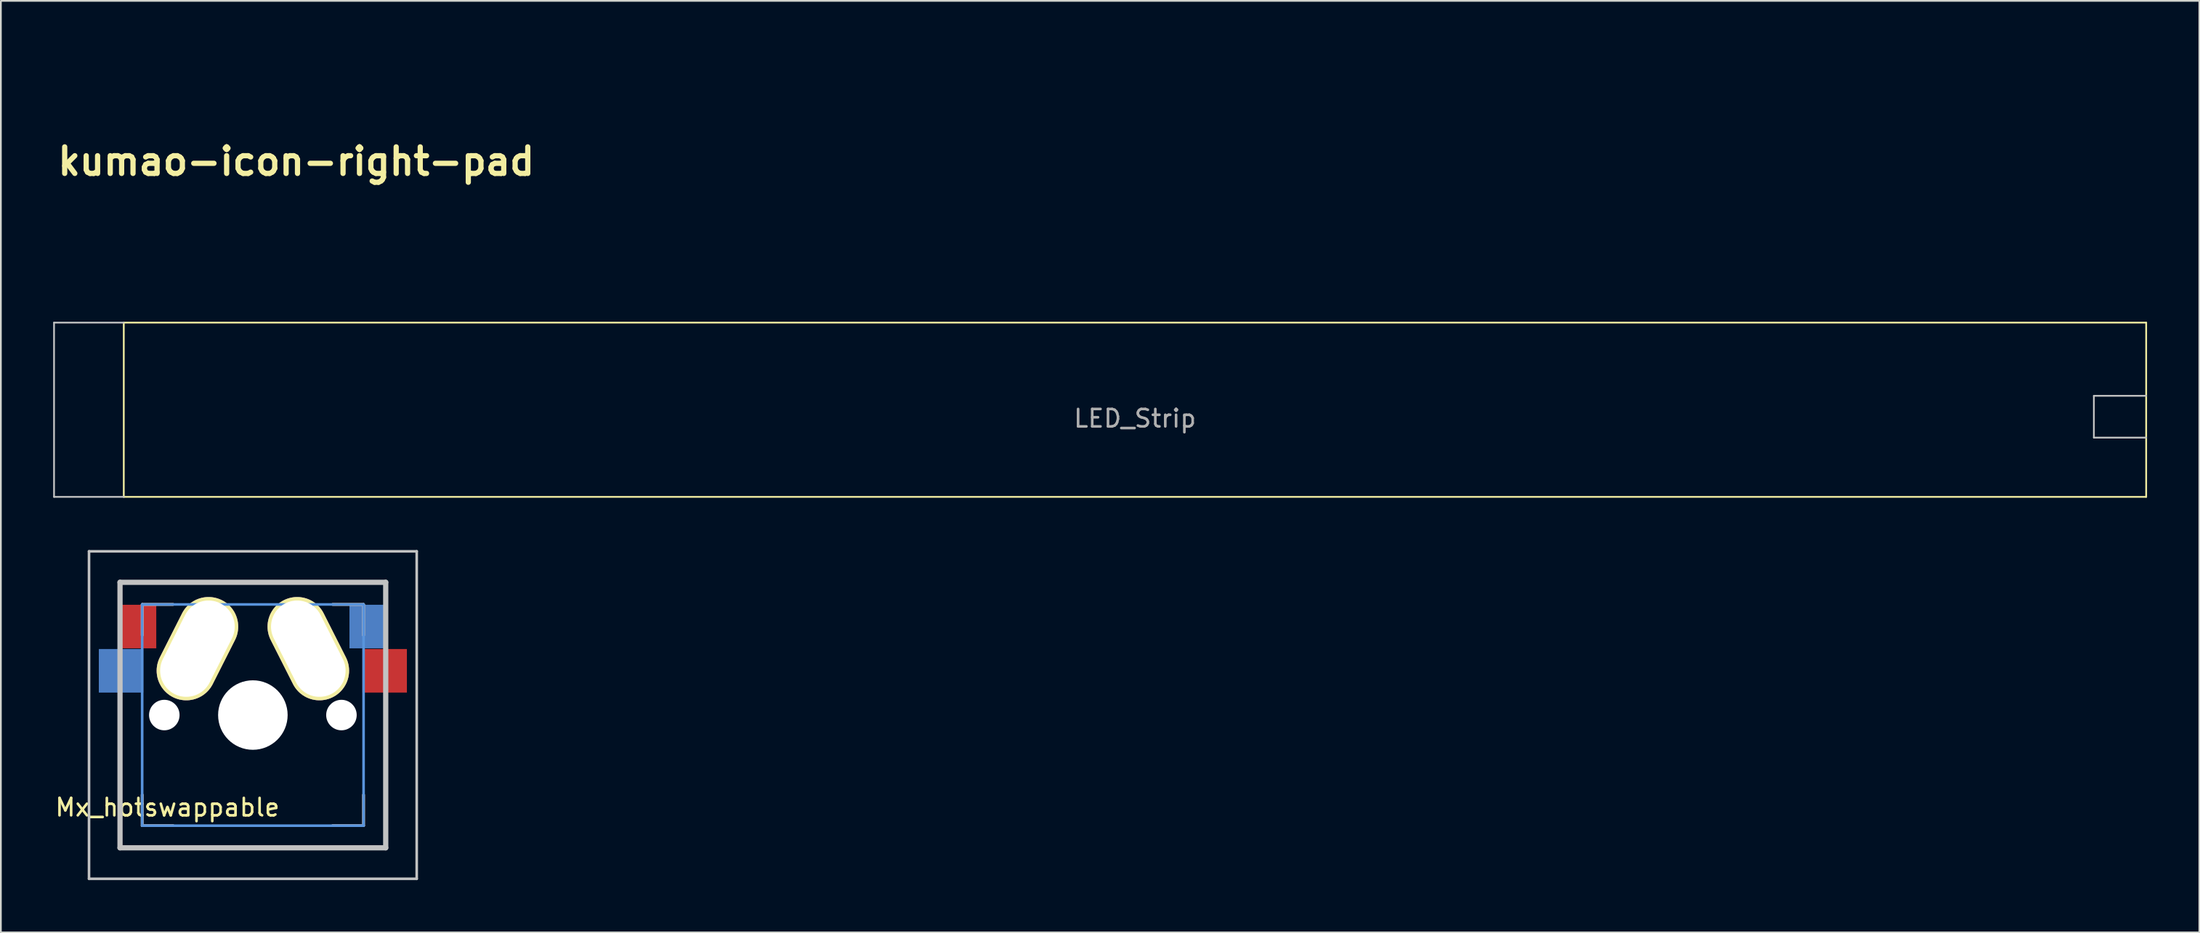
<source format=kicad_pcb>
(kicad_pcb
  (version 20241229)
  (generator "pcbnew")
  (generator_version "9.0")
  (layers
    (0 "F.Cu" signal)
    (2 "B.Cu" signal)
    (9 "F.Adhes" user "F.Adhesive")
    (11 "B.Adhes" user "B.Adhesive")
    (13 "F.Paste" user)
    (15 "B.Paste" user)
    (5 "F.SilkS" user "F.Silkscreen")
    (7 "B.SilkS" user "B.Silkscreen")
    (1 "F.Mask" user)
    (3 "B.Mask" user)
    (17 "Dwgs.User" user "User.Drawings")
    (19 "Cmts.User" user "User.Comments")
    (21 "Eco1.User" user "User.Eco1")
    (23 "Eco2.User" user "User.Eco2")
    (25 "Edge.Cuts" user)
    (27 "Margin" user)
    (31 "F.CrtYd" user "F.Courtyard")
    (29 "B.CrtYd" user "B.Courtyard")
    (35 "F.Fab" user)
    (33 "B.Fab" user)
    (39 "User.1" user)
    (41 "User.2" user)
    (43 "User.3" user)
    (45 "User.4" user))
  (footprint "Mx_hotswappable"
    (layer "F.Cu")
    (at 11.454 37.991)
    (property "Reference" "Mx_hotswappable" (at -4.9 5.3 0) (layer "F.SilkS") (effects (font (size 1 1) (thickness 0.15))))
    (attr through_hole)
    (fp_line (start -6.35 -6.35) (end -4.572 -6.35) (stroke (width 0.15) (type solid)) (layer "F.SilkS"))
    (fp_line (start -6.35 -4.572) (end -6.35 -6.35) (stroke (width 0.15) (type solid)) (layer "F.SilkS"))
    (fp_line (start -6.35 6.35) (end -6.35 4.572) (stroke (width 0.15) (type solid)) (layer "F.SilkS"))
    (fp_line (start -4.572 6.35) (end -6.35 6.35) (stroke (width 0.15) (type solid)) (layer "F.SilkS"))
    (fp_line (start 4.572 -6.35) (end 6.35 -6.35) (stroke (width 0.15) (type solid)) (layer "F.SilkS"))
    (fp_line (start 6.35 -6.35) (end 6.35 -4.572) (stroke (width 0.15) (type solid)) (layer "F.SilkS"))
    (fp_line (start 6.35 4.572) (end 6.35 6.35) (stroke (width 0.15) (type solid)) (layer "F.SilkS"))
    (fp_line (start 6.35 6.35) (end 4.572 6.35) (stroke (width 0.15) (type solid)) (layer "F.SilkS"))
    (fp_line (start -6.35 -6.35) (end -4.572 -6.35) (stroke (width 0.15) (type solid)) (layer "B.SilkS"))
    (fp_line (start -6.35 -4.572) (end -6.35 -6.35) (stroke (width 0.15) (type solid)) (layer "B.SilkS"))
    (fp_line (start -6.35 6.35) (end -6.35 4.572) (stroke (width 0.15) (type solid)) (layer "B.SilkS"))
    (fp_line (start -4.572 6.35) (end -6.35 6.35) (stroke (width 0.15) (type solid)) (layer "B.SilkS"))
    (fp_line (start 4.572 -6.35) (end 6.35 -6.35) (stroke (width 0.15) (type solid)) (layer "B.SilkS"))
    (fp_line (start 6.35 -6.35) (end 6.35 -4.572) (stroke (width 0.15) (type solid)) (layer "B.SilkS"))
    (fp_line (start 6.35 4.572) (end 6.35 6.35) (stroke (width 0.15) (type solid)) (layer "B.SilkS"))
    (fp_line (start 6.35 6.35) (end 4.572 6.35) (stroke (width 0.15) (type solid)) (layer "B.SilkS"))
    (fp_line (start -9.398 -9.398) (end -9.398 9.398) (stroke (width 0.15) (type solid)) (layer "Dwgs.User"))
    (fp_line (start -9.398 -9.398) (end 9.398 -9.398) (stroke (width 0.15) (type solid)) (layer "Dwgs.User"))
    (fp_line (start -9.398 9.398) (end 9.398 9.398) (stroke (width 0.15) (type solid)) (layer "Dwgs.User"))
    (fp_line (start -7.62 -7.62) (end -7.62 7.62) (stroke (width 0.3) (type solid)) (layer "Dwgs.User"))
    (fp_line (start -7.62 -7.62) (end 7.62 -7.62) (stroke (width 0.3) (type solid)) (layer "Dwgs.User"))
    (fp_line (start -7.62 7.62) (end 7.62 7.62) (stroke (width 0.3) (type solid)) (layer "Dwgs.User"))
    (fp_line (start 7.62 -7.62) (end 7.62 7.62) (stroke (width 0.3) (type solid)) (layer "Dwgs.User"))
    (fp_line (start 9.398 -9.398) (end 9.398 9.398) (stroke (width 0.15) (type solid)) (layer "Dwgs.User"))
    (fp_line (start -6.35 6.35) (end -6.35 -6.35) (stroke (width 0.15) (type solid)) (layer "Cmts.User"))
    (fp_line (start -6.35 6.35) (end 6.35 6.35) (stroke (width 0.15) (type solid)) (layer "Cmts.User"))
    (fp_line (start 6.35 -6.35) (end -6.35 -6.35) (stroke (width 0.15) (type solid)) (layer "Cmts.User"))
    (fp_line (start 6.35 -6.35) (end 6.35 6.35) (stroke (width 0.15) (type solid)) (layer "Cmts.User"))
    (fp_line (start -6.985 -6.985) (end 6.985 -6.985) (stroke (width 0.15) (type solid)) (layer "Eco1.User"))
    (fp_line (start -6.985 6.985) (end -6.985 -6.985) (stroke (width 0.15) (type solid)) (layer "Eco1.User"))
    (fp_line (start 6.985 -6.985) (end 6.985 6.985) (stroke (width 0.15) (type solid)) (layer "Eco1.User"))
    (fp_line (start 6.985 6.985) (end -6.985 6.985) (stroke (width 0.15) (type solid)) (layer "Eco1.User"))
    (pad "" np_thru_hole circle (at -5.08 0) (size 1.75 1.75) (drill 1.75) (layers "*.Cu" "*.Mask"))
    (pad "" np_thru_hole circle (at 0 0) (size 3.988 3.988) (drill 3.988) (layers "*.Cu" "*.Mask"))
    (pad "" np_thru_hole circle (at 5.08 0) (size 1.75 1.75) (drill 1.75) (layers "*.Cu" "*.Mask"))
    (pad "1" smd rect (at -6.64 -5.08) (size 2.2 2.5) (layers "F.Cu" "F.Mask" "F.Paste"))
    (pad "1" thru_hole oval (at -3.18 -3.81 333.2) (size 3.4 6.232) (drill oval 3 5.832) (layers "*.Cu" "*.Mask" "F.SilkS"))
    (pad "1" smd rect (at 6.64 -5.08) (size 2.2 2.5) (layers "B.Cu" "B.Mask" "B.Paste"))
    (pad "2" smd rect (at -7.56 -2.54) (size 2.55 2.5) (layers "B.Cu" "B.Mask" "B.Paste"))
    (pad "2" thru_hole oval (at 3.18 -3.81 26.8) (size 3.4 6.232) (drill oval 3 5.832) (layers "*.Cu" "*.Mask" "F.SilkS"))
    (pad "2" smd rect (at 7.56 -2.54) (size 2.55 2.5) (layers "F.Cu" "F.Mask" "F.Paste")))
  (footprint "kumao-icon-right-pad"
    (layer "F.Cu")
    (at 13.941 6.214)
    (property "Reference" "kumao-icon-right-pad" (at 0 0 0) (layer "F.SilkS") (effects (font (size 1.524 1.524) (thickness 0.3))))
    (attr through_hole)
    (fp_poly (pts (xy 1.564 -6.19) (xy 1.833 -6.139) (xy 2.172 -6.064) (xy 2.548 -5.973) (xy 2.928 -5.874) (xy 3.281 -5.775) (xy 3.574 -5.685) (xy 3.688 -5.645) (xy 4.094 -5.429) (xy 4.465 -5.115) (xy 4.758 -4.743) (xy 4.864 -4.543) (xy 4.981 -4.31) (xy 5.107 -4.101) (xy 5.148 -4.044) (xy 5.25 -3.863) (xy 5.292 -3.692) (xy 5.236 -3.529) (xy 5.082 -3.31) (xy 4.848 -3.055) (xy 4.555 -2.787) (xy 4.222 -2.524) (xy 4.186 -2.499) (xy 3.951 -2.322) (xy 3.814 -2.19) (xy 3.752 -2.076) (xy 3.739 -1.98) (xy 3.761 -1.825) (xy 3.837 -1.681) (xy 3.985 -1.53) (xy 4.224 -1.354) (xy 4.572 -1.134) (xy 4.586 -1.126) (xy 5.078 -0.817) (xy 5.455 -0.554) (xy 5.729 -0.326) (xy 5.916 -0.123) (xy 6.004 0.015) (xy 6.123 0.379) (xy 6.106 0.729) (xy 5.959 1.049) (xy 5.687 1.323) (xy 5.502 1.44) (xy 5.304 1.541) (xy 5.137 1.597) (xy 4.949 1.619) (xy 4.692 1.616) (xy 4.559 1.609) (xy 4.252 1.586) (xy 4.018 1.544) (xy 3.798 1.465) (xy 3.534 1.332) (xy 3.446 1.283) (xy 3.182 1.148) (xy 2.947 1.045) (xy 2.781 0.992) (xy 2.748 0.988) (xy 2.475 1.047) (xy 2.16 1.214) (xy 1.824 1.469) (xy 1.489 1.795) (xy 1.178 2.171) (xy 0.97 2.481) (xy 0.818 2.755) (xy 0.737 2.976) (xy 0.707 3.198) (xy 0.706 3.276) (xy 0.753 3.653) (xy 0.901 3.943) (xy 1.157 4.155) (xy 1.53 4.298) (xy 1.729 4.341) (xy 1.957 4.4) (xy 2.154 4.481) (xy 2.178 4.495) (xy 2.271 4.569) (xy 2.317 4.666) (xy 2.325 4.83) (xy 2.315 5.009) (xy 2.223 5.429) (xy 2.017 5.768) (xy 1.701 6.021) (xy 1.596 6.074) (xy 1.466 6.124) (xy 1.319 6.16) (xy 1.127 6.183) (xy 0.866 6.195) (xy 0.51 6.199) (xy 0.141 6.198) (xy -0.263 6.193) (xy -0.629 6.186) (xy -0.928 6.177) (xy -1.132 6.168) (xy -1.199 6.161) (xy -1.311 6.143) (xy -1.544 6.105) (xy -1.878 6.051) (xy -2.297 5.984) (xy -2.781 5.905) (xy -3.312 5.819) (xy -3.563 5.779) (xy -4.146 5.682) (xy -4.673 5.59) (xy -5.127 5.505) (xy -5.494 5.431) (xy -5.756 5.37) (xy -5.898 5.327) (xy -5.912 5.32) (xy -6.09 5.158) (xy -6.18 4.946) (xy -6.191 4.656) (xy -6.16 4.414) (xy -6.121 4.043) (xy -6.134 3.715) (xy -6.143 3.66) (xy -6.201 3.048) (xy -6.158 2.354) (xy -6.014 1.59) (xy -5.81 0.883) (xy -5.492 0.033) (xy -5.131 -0.709) (xy -4.707 -1.376) (xy -4.201 -2) (xy -3.817 -2.399) (xy -3.59 -2.617) (xy -3.379 -2.807) (xy -3.164 -2.982) (xy -2.922 -3.159) (xy -2.634 -3.353) (xy -2.276 -3.578) (xy -1.828 -3.851) (xy -1.557 -4.015) (xy -1.011 -4.344) (xy -0.572 -4.614) (xy -0.226 -4.835) (xy 0.041 -5.019) (xy 0.243 -5.176) (xy 0.396 -5.318) (xy 0.514 -5.455) (xy 0.611 -5.598) (xy 0.676 -5.713) (xy 0.877 -5.999) (xy 1.11 -6.159) (xy 1.397 -6.209) (xy 1.399 -6.209) (xy 1.564 -6.19)) (stroke (width 0.01) (type solid)) (fill yes) (layer "F.Mask")))
  (footprint "LED_Strip"
    (layer "F.Cu")
    (at 62.05 20.468)
    (property "Reference" "LED_Strip" (at 0 0.5 0) (layer "F.Fab") (effects (font (size 1 1) (thickness 0.15))))
    (attr through_hole)
    (fp_line (start -58 -5) (end 58 -5) (stroke (width 0.1) (type solid)) (layer "F.SilkS"))
    (fp_line (start -58 5) (end -58 -5) (stroke (width 0.1) (type solid)) (layer "F.SilkS"))
    (fp_line (start 58 -5) (end 58 5) (stroke (width 0.1) (type solid)) (layer "F.SilkS"))
    (fp_line (start 58 5) (end -58 5) (stroke (width 0.1) (type solid)) (layer "F.SilkS"))
    (fp_line (start -62 -5) (end -62 5) (stroke (width 0.1) (type solid)) (layer "Dwgs.User"))
    (fp_line (start -62 5) (end -58 5) (stroke (width 0.1) (type solid)) (layer "Dwgs.User"))
    (fp_line (start -58 -5) (end -62 -5) (stroke (width 0.1) (type solid)) (layer "Dwgs.User"))
    (fp_line (start 55 -0.8) (end 58 -0.8) (stroke (width 0.1) (type solid)) (layer "Dwgs.User"))
    (fp_line (start 55 1.6) (end 55 -0.8) (stroke (width 0.1) (type solid)) (layer "Dwgs.User"))
    (fp_line (start 58 1.6) (end 55 1.6) (stroke (width 0.1) (type solid)) (layer "Dwgs.User")))
  (gr_rect
    (start -3 -3)
    (end 123.1 50.464)
    (stroke (width 0.1) (type default))
    (fill no)
    (layer "Edge.Cuts")))
</source>
